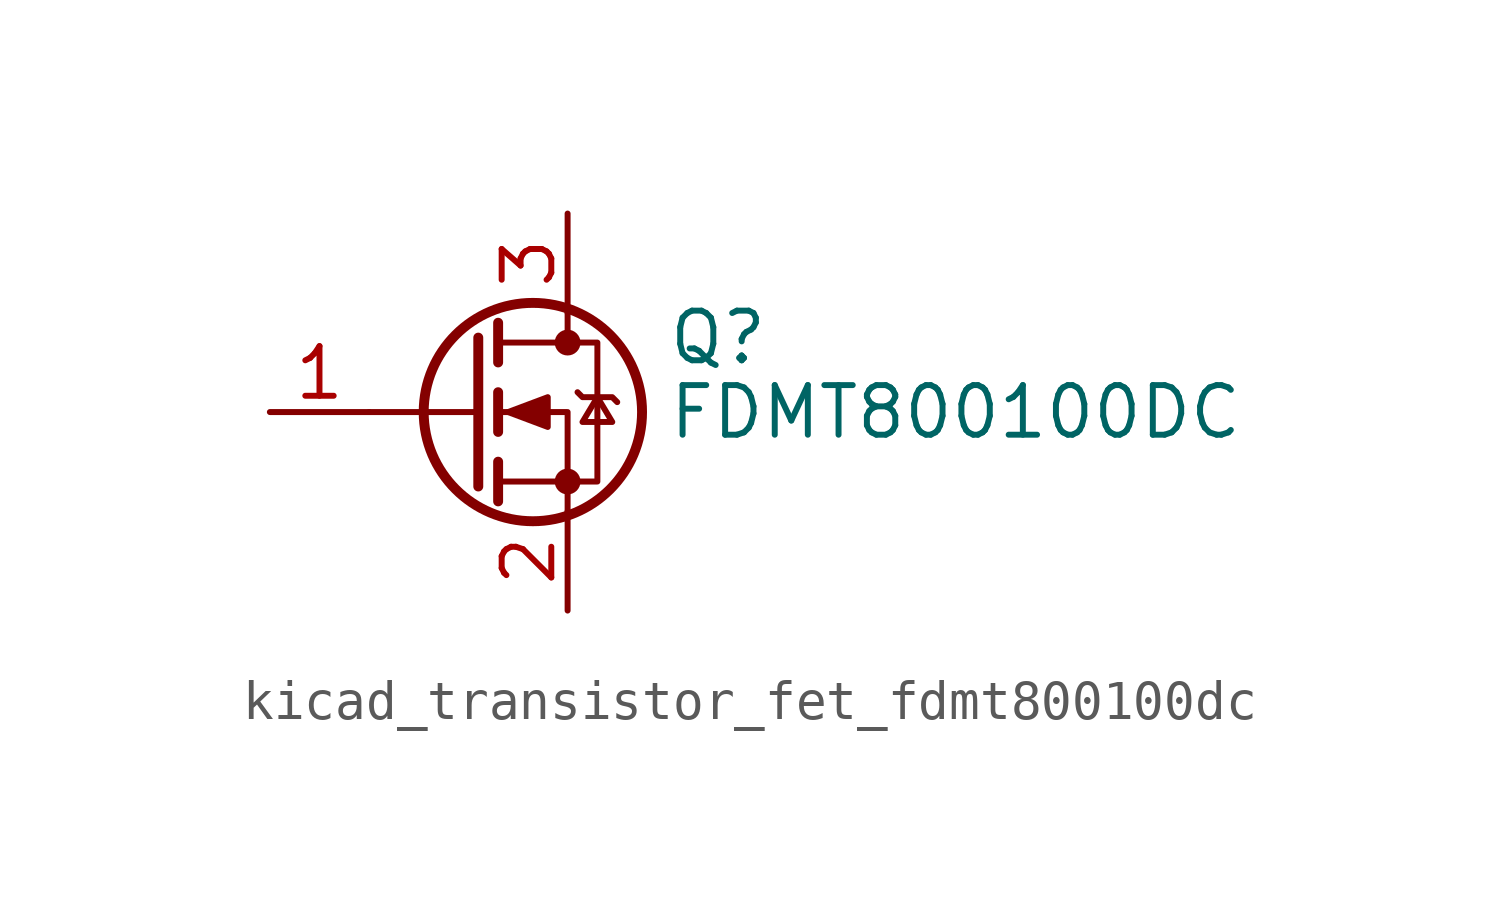
<source format=kicad_sym>
(kicad_symbol_lib
  (version 20220914)
  (generator kicad_symbol_editor)
  (symbol "kicad_transistor_fet_fdmt800100dc"
    (pin_names hide)
    (property "Reference" "Q"
      (at 5.08 1.905 0)
      (effects (font (size 1.27 1.27)) (justify left)))
    (property "Value" "FDMT800100DC"
      (at 5.08 0 0)
      (effects (font (size 1.27 1.27)) (justify left)))
    (symbol "kicad_transistor_fet_fdmt800100dc_0_1"
      (polyline (pts (xy 0.254 0) (xy -2.54 0)) (stroke (width 0) (type default)) (fill (type none)))
      (polyline (pts (xy 0.254 1.905) (xy 0.254 -1.905)) (stroke (width 0.254) (type default)) (fill (type none)))
      (polyline (pts (xy 0.762 -1.27) (xy 0.762 -2.286)) (stroke (width 0.254) (type default)) (fill (type none)))
      (polyline (pts (xy 0.762 0.508) (xy 0.762 -0.508)) (stroke (width 0.254) (type default)) (fill (type none)))
      (polyline (pts (xy 0.762 2.286) (xy 0.762 1.27)) (stroke (width 0.254) (type default)) (fill (type none)))
      (polyline (pts (xy 2.54 2.54) (xy 2.54 1.778)) (stroke (width 0) (type default)) (fill (type none)))
      (polyline (pts (xy 2.54 -2.54) (xy 2.54 0) (xy 0.762 0)) (stroke (width 0) (type default)) (fill (type none)))
      (polyline (pts (xy 0.762 -1.778) (xy 3.302 -1.778) (xy 3.302 1.778) (xy 0.762 1.778)) (stroke (width 0) (type default)) (fill (type none)))
      (polyline (pts (xy 1.016 0) (xy 2.032 0.381) (xy 2.032 -0.381) (xy 1.016 0)) (stroke (width 0) (type default)) (fill (type outline)))
      (polyline (pts (xy 2.794 0.508) (xy 2.921 0.381) (xy 3.683 0.381) (xy 3.81 0.254)) (stroke (width 0) (type default)) (fill (type none)))
      (polyline (pts (xy 3.302 0.381) (xy 2.921 -0.254) (xy 3.683 -0.254) (xy 3.302 0.381)) (stroke (width 0) (type default)) (fill (type none)))
      (circle (center 1.651 0) (radius 2.794) (stroke (width 0.254) (type default)) (fill (type none)))
      (circle (center 2.54 -1.778) (radius 0.254) (stroke (width 0) (type default)) (fill (type outline)))
      (circle (center 2.54 1.778) (radius 0.254) (stroke (width 0) (type default)) (fill (type outline))))
    (symbol "kicad_transistor_fet_fdmt800100dc_1_1"
      (pin passive line (at -5.08 0 0) (length 2.54) (name "G" (effects (font (size 1.27 1.27)))) (number "1" (effects (font (size 1.27 1.27)))))
      (pin passive line (at 2.54 -5.08 90) (length 2.54) (name "S" (effects (font (size 1.27 1.27)))) (number "2" (effects (font (size 1.27 1.27)))))
      (pin passive line (at 2.54 5.08 270) (length 2.54) (name "D" (effects (font (size 1.27 1.27)))) (number "3" (effects (font (size 1.27 1.27))))))))
</source>
